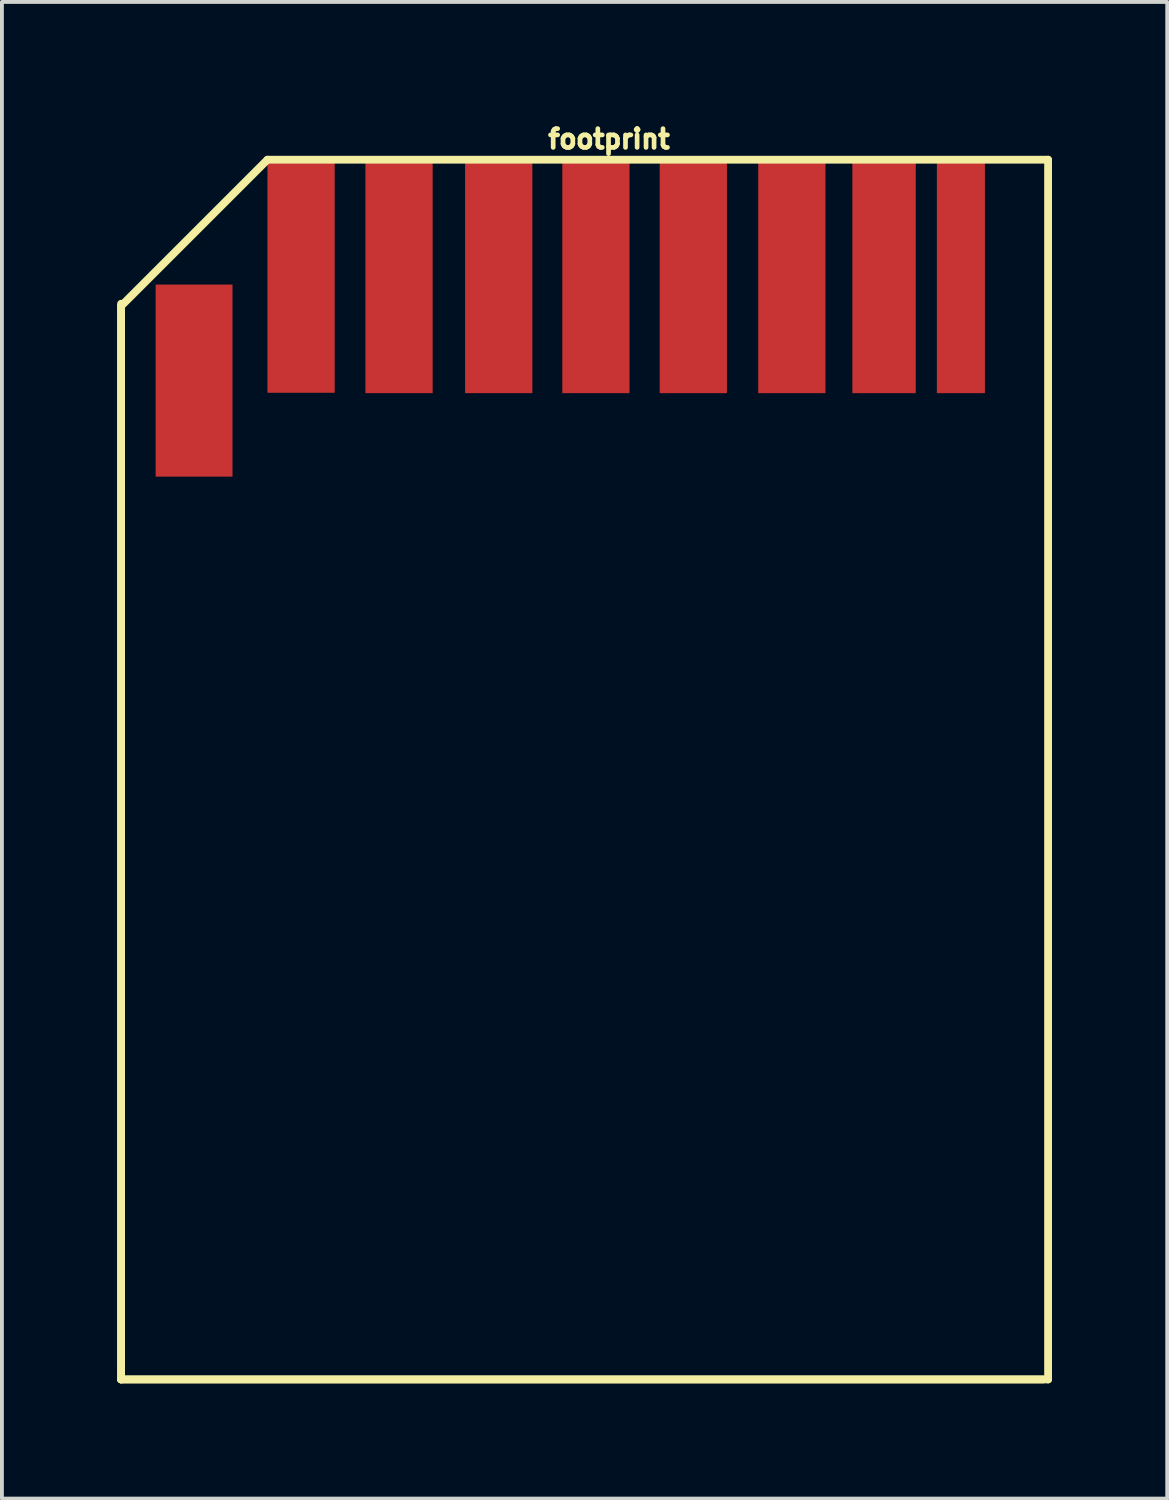
<source format=kicad_pcb>
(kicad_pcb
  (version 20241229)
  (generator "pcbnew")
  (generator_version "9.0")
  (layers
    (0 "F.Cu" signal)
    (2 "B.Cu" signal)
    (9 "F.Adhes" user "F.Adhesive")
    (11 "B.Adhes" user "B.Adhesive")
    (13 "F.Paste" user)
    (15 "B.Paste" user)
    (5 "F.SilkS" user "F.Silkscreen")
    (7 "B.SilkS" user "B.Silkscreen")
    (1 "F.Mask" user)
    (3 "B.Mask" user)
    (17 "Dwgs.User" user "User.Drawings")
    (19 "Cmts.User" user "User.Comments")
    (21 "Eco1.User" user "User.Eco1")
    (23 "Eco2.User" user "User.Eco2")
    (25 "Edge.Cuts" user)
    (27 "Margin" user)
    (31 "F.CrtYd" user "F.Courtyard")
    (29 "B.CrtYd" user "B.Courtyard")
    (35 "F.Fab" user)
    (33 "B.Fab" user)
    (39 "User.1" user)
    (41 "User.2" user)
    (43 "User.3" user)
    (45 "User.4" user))
  (footprint "footprint"
    (layer "F.Cu")
    (at 12.802 18.887)
    (property "Reference" "footprint" (at 0 -18.034 0) (layer "F.SilkS") (effects (font (size 0.488 0.488) (thickness 0.122)) (justify bottom)))
    (fp_line (start -12.7 -14.03) (end -12.7 13.97) (stroke (width 0.203) (type solid)) (layer "F.SilkS"))
    (fp_line (start -12.7 -13.97) (end -8.89 -17.78) (stroke (width 0.203) (type solid)) (layer "F.SilkS"))
    (fp_line (start -12.7 13.97) (end -12.7 -13.97) (stroke (width 0.203) (type solid)) (layer "F.SilkS"))
    (fp_line (start -12.7 13.97) (end 11.3 13.97) (stroke (width 0.203) (type solid)) (layer "F.SilkS"))
    (fp_line (start -8.89 -17.78) (end 11.43 -17.78) (stroke (width 0.203) (type solid)) (layer "F.SilkS"))
    (fp_line (start 11.43 -17.78) (end 11.43 13.97) (stroke (width 0.203) (type solid)) (layer "F.SilkS"))
    (fp_line (start 11.43 13.97) (end -12.7 13.97) (stroke (width 0.203) (type solid)) (layer "F.SilkS"))
    (pad "1" smd rect (at -8.015 -14.713 180) (size 1.75 6) (layers "F.Cu" "F.Mask" "F.Paste"))
    (pad "2" smd rect (at -5.465 -14.703 180) (size 1.75 6) (layers "F.Cu" "F.Mask" "F.Paste"))
    (pad "3" smd rect (at -2.87 -14.703 180) (size 1.75 6) (layers "F.Cu" "F.Mask" "F.Paste"))
    (pad "4" smd rect (at -0.34 -14.703 180) (size 1.75 6) (layers "F.Cu" "F.Mask" "F.Paste"))
    (pad "5" smd rect (at 2.195 -14.703 180) (size 1.75 6) (layers "F.Cu" "F.Mask" "F.Paste"))
    (pad "6" smd rect (at 4.76 -14.703 180) (size 1.75 6) (layers "F.Cu" "F.Mask" "F.Paste"))
    (pad "7" smd rect (at 7.16 -14.703 180) (size 1.65 6) (layers "F.Cu" "F.Mask" "F.Paste"))
    (pad "8" smd rect (at 9.16 -14.703 180) (size 1.25 6) (layers "F.Cu" "F.Mask" "F.Paste"))
    (pad "9" smd rect (at -10.8 -12.03 180) (size 2 5) (layers "F.Cu" "F.Mask" "F.Paste")))
  (gr_rect
    (start -3 -3)
    (end 27.333 35.959)
    (stroke (width 0.1) (type default))
    (fill no)
    (layer "Edge.Cuts")))
</source>
